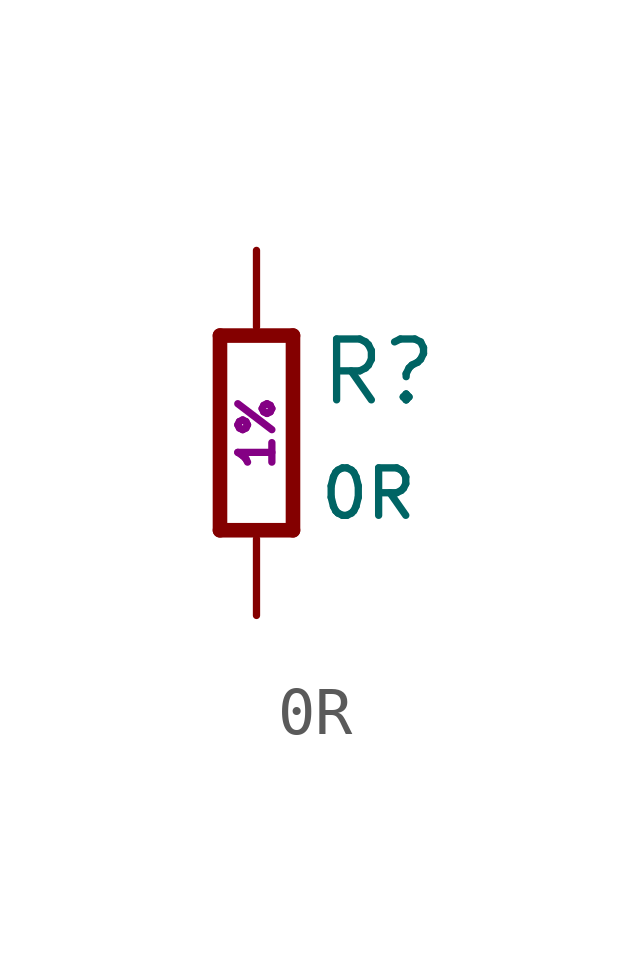
<source format=kicad_sym>
(kicad_symbol_lib
  (version 20211014)
  (generator kicad_symbol_editor)
  (symbol "0R"
    (pin_numbers hide)
    (pin_names
      (offset 0.254) hide)
    (property "Reference" "R"
      (at 1.27 1.27 0)
      (effects (font (size 1.27 1.27)) (justify left)))
    (property "Value" "0R"
      (at 1.27 -1.27 0)
      (effects (font (size 0.991 0.991)) (justify left)))
    (property "Tolerance" "1%"
      (at 0 0 90)
      (effects (font (size 0.711 0.711))))
    (symbol "0R_1_1"
      (polyline (pts (xy -0.762 -2.032) (xy -0.762 2.032)) (stroke (width 0.305) (type default) (color 0 0 0 0)) (fill (type outline)))
      (polyline (pts (xy 0.762 -2.032) (xy -0.762 -2.032)) (stroke (width 0.305) (type default) (color 0 0 0 0)) (fill (type outline)))
      (polyline (pts (xy 0.762 -2.032) (xy 0.762 2.032)) (stroke (width 0.305) (type default) (color 0 0 0 0)) (fill (type outline)))
      (polyline (pts (xy 0.762 2.032) (xy -0.762 2.032)) (stroke (width 0.305) (type default) (color 0 0 0 0)) (fill (type outline)))
      (pin passive line (at 0 3.81 270) (length 1.6) (name "~" (effects (font (size 1.27 1.27)))) (number "1" (effects (font (size 1.27 1.27)))))
      (pin passive line (at 0 -3.81 90) (length 1.6) (name "~" (effects (font (size 1.27 1.27)))) (number "2" (effects (font (size 1.27 1.27))))))))
</source>
